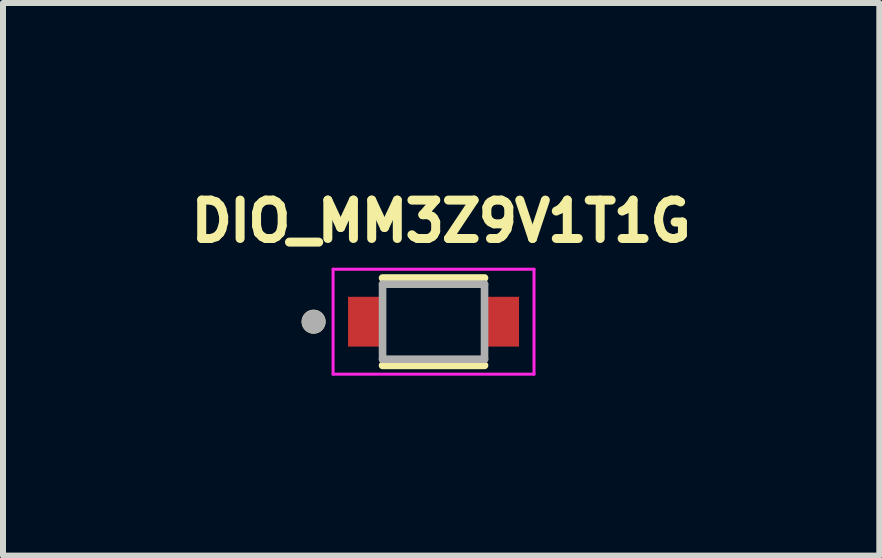
<source format=kicad_pcb>
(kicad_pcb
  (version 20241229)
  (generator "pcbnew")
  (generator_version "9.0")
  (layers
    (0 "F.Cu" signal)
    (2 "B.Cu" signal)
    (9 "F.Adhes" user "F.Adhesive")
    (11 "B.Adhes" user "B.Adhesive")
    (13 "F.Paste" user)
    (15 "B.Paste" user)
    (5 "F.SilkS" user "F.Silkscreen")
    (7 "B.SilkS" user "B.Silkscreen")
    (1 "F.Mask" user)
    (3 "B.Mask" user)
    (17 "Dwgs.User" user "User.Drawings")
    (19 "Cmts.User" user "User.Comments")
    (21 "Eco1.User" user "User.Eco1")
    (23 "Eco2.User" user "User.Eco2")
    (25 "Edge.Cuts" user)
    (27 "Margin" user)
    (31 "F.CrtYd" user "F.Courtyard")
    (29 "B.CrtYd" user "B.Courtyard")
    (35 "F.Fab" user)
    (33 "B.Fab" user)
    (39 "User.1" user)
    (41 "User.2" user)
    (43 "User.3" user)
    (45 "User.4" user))
  (footprint "DIO_MM3Z9V1T1G"
    (layer "F.Cu")
    (at 4.179 2.314)
    (property "Reference" "DIO_MM3Z9V1T1G" (at 0.127 -1.676 0) (layer "F.SilkS") (effects (font (size 0.64 0.64) (thickness 0.15))))
    (attr smd)
    (fp_line (start -0.85 -0.729) (end 0.85 -0.729) (stroke (width 0.127) (type solid)) (layer "F.SilkS"))
    (fp_line (start 0.85 0.729) (end -0.85 0.729) (stroke (width 0.127) (type solid)) (layer "F.SilkS"))
    (fp_circle (center -2 0) (end -1.9 0) (stroke (width 0.2) (type solid)) (fill no) (layer "F.SilkS"))
    (fp_line (start -1.675 -0.875) (end 1.675 -0.875) (stroke (width 0.05) (type solid)) (layer "F.CrtYd"))
    (fp_line (start -1.675 0.875) (end -1.675 -0.875) (stroke (width 0.05) (type solid)) (layer "F.CrtYd"))
    (fp_line (start 1.675 -0.875) (end 1.675 0.875) (stroke (width 0.05) (type solid)) (layer "F.CrtYd"))
    (fp_line (start 1.675 0.875) (end -1.675 0.875) (stroke (width 0.05) (type solid)) (layer "F.CrtYd"))
    (fp_line (start -0.85 -0.625) (end 0.85 -0.625) (stroke (width 0.127) (type solid)) (layer "F.Fab"))
    (fp_line (start -0.85 0.625) (end -0.85 -0.625) (stroke (width 0.127) (type solid)) (layer "F.Fab"))
    (fp_line (start 0.85 -0.625) (end 0.85 0.625) (stroke (width 0.127) (type solid)) (layer "F.Fab"))
    (fp_line (start 0.85 0.625) (end -0.85 0.625) (stroke (width 0.127) (type solid)) (layer "F.Fab"))
    (fp_circle (center -2 0) (end -1.9 0) (stroke (width 0.2) (type solid)) (fill no) (layer "F.Fab"))
    (pad "A" smd rect (at 1.113 0) (size 0.625 0.83) (layers "F.Cu" "F.Mask" "F.Paste"))
    (pad "K" smd rect (at -1.113 0) (size 0.625 0.83) (layers "F.Cu" "F.Mask" "F.Paste")))
  (gr_rect
    (start -3 -3)
    (end 11.612 6.214)
    (stroke (width 0.1) (type default))
    (fill no)
    (layer "Edge.Cuts")))
</source>
